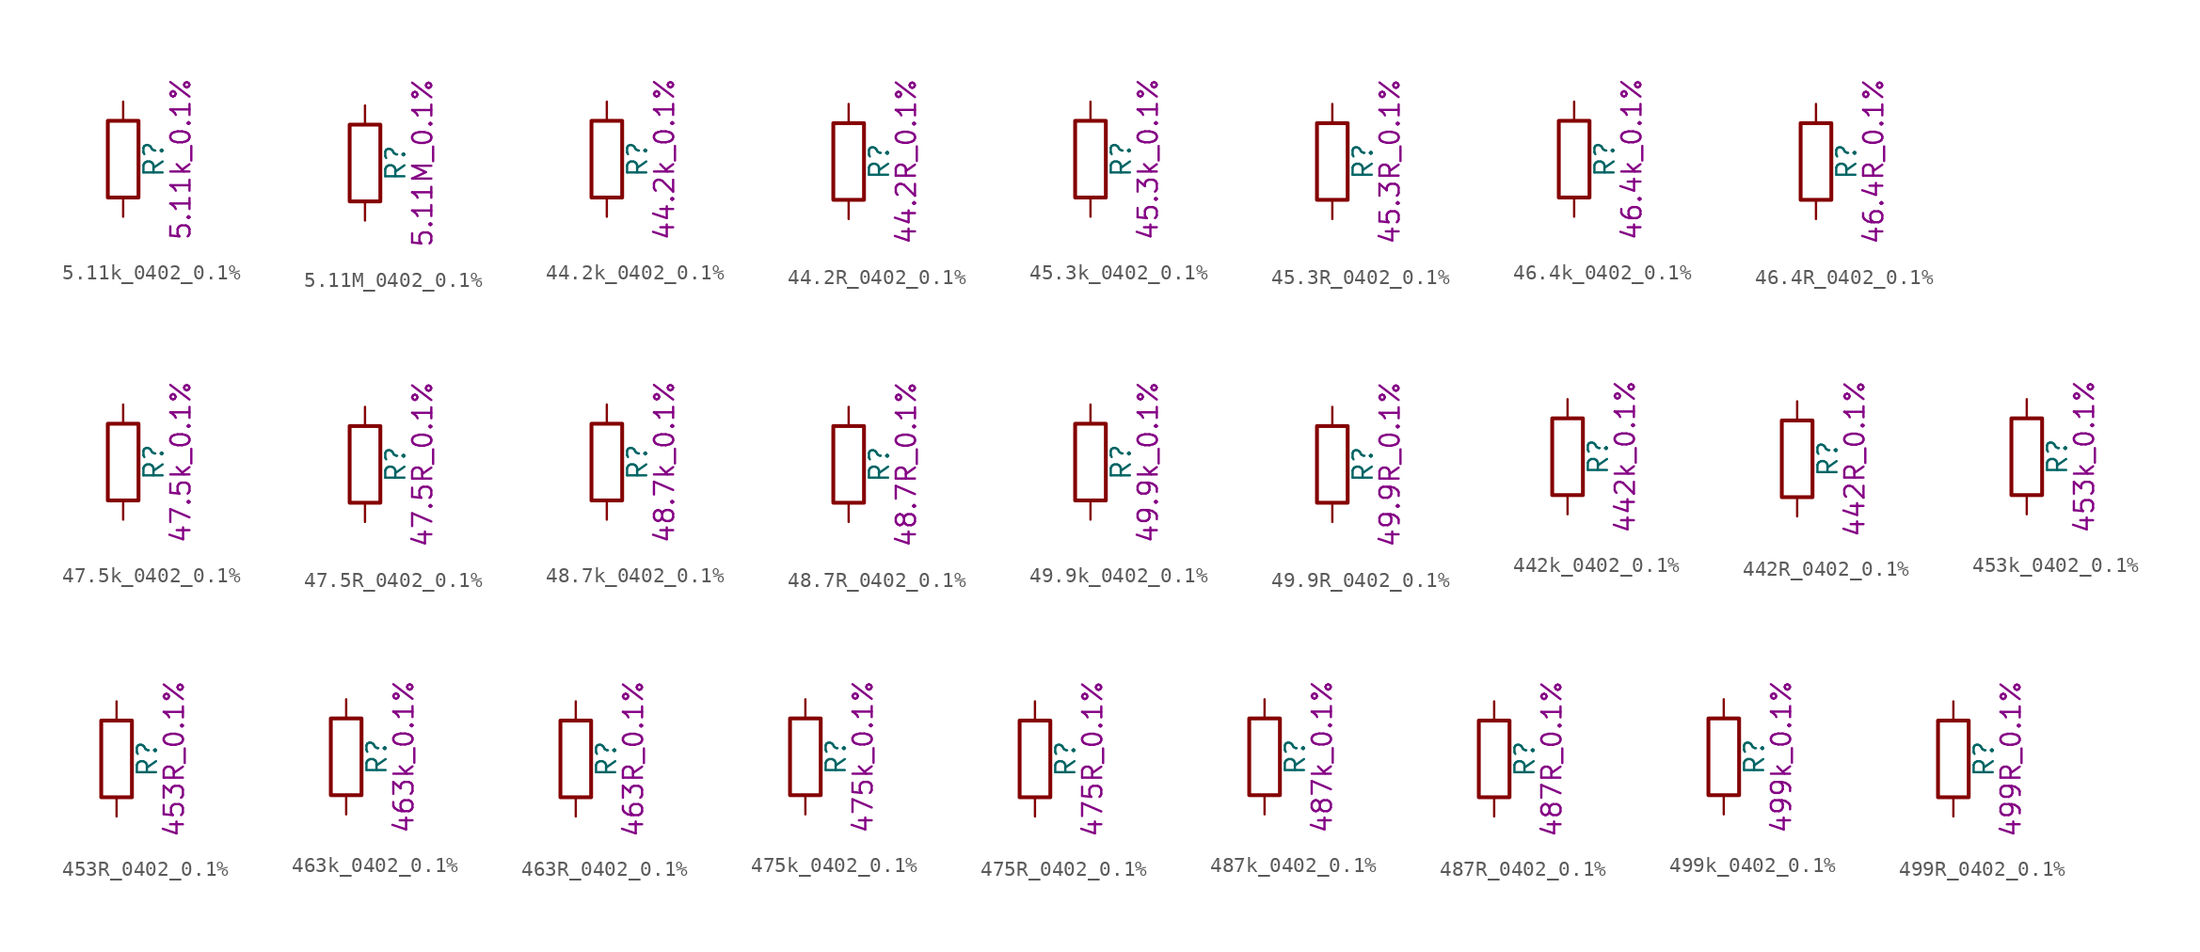
<source format=kicad_sym>
(kicad_symbol_lib
  (version 20211014)
  (generator kicad_symbol_editor)
  (symbol "5.11k_0402_0.1%"
    (pin_numbers hide)
    (pin_names
      (offset 0))
    (property "Reference" "R"
      (at 2.032 0 90)
      (effects (font (size 1.27 1.27))))
    (property "Display" "5.11k_0.1%"
      (at 3.81 0 90)
      (effects (font (size 1.27 1.27))))
    (symbol "5.11k_0402_0.1%_0_1"
      (rectangle (start -1.016 -2.54) (end 1.016 2.54) (stroke (width 0.254) (type default) (color 0 0 0 0)) (fill (type none))))
    (symbol "5.11k_0402_0.1%_1_1"
      (pin passive line (at 0 3.81 270) (length 1.27) (name "~" (effects (font (size 1.27 1.27)))) (number "1" (effects (font (size 1.27 1.27)))))
      (pin passive line (at 0 -3.81 90) (length 1.27) (name "~" (effects (font (size 1.27 1.27)))) (number "2" (effects (font (size 1.27 1.27)))))))
  (symbol "5.11M_0402_0.1%"
    (pin_numbers hide)
    (pin_names
      (offset 0))
    (property "Reference" "R"
      (at 2.032 0 90)
      (effects (font (size 1.27 1.27))))
    (property "Display" "5.11M_0.1%"
      (at 3.81 0 90)
      (effects (font (size 1.27 1.27))))
    (symbol "5.11M_0402_0.1%_0_1"
      (rectangle (start -1.016 -2.54) (end 1.016 2.54) (stroke (width 0.254) (type default) (color 0 0 0 0)) (fill (type none))))
    (symbol "5.11M_0402_0.1%_1_1"
      (pin passive line (at 0 3.81 270) (length 1.27) (name "~" (effects (font (size 1.27 1.27)))) (number "1" (effects (font (size 1.27 1.27)))))
      (pin passive line (at 0 -3.81 90) (length 1.27) (name "~" (effects (font (size 1.27 1.27)))) (number "2" (effects (font (size 1.27 1.27)))))))
  (symbol "44.2k_0402_0.1%"
    (pin_numbers hide)
    (pin_names
      (offset 0))
    (property "Reference" "R"
      (at 2.032 0 90)
      (effects (font (size 1.27 1.27))))
    (property "Display" "44.2k_0.1%"
      (at 3.81 0 90)
      (effects (font (size 1.27 1.27))))
    (symbol "44.2k_0402_0.1%_0_1"
      (rectangle (start -1.016 -2.54) (end 1.016 2.54) (stroke (width 0.254) (type default) (color 0 0 0 0)) (fill (type none))))
    (symbol "44.2k_0402_0.1%_1_1"
      (pin passive line (at 0 3.81 270) (length 1.27) (name "~" (effects (font (size 1.27 1.27)))) (number "1" (effects (font (size 1.27 1.27)))))
      (pin passive line (at 0 -3.81 90) (length 1.27) (name "~" (effects (font (size 1.27 1.27)))) (number "2" (effects (font (size 1.27 1.27)))))))
  (symbol "44.2R_0402_0.1%"
    (pin_numbers hide)
    (pin_names
      (offset 0))
    (property "Reference" "R"
      (at 2.032 0 90)
      (effects (font (size 1.27 1.27))))
    (property "Display" "44.2R_0.1%"
      (at 3.81 0 90)
      (effects (font (size 1.27 1.27))))
    (symbol "44.2R_0402_0.1%_0_1"
      (rectangle (start -1.016 -2.54) (end 1.016 2.54) (stroke (width 0.254) (type default) (color 0 0 0 0)) (fill (type none))))
    (symbol "44.2R_0402_0.1%_1_1"
      (pin passive line (at 0 3.81 270) (length 1.27) (name "~" (effects (font (size 1.27 1.27)))) (number "1" (effects (font (size 1.27 1.27)))))
      (pin passive line (at 0 -3.81 90) (length 1.27) (name "~" (effects (font (size 1.27 1.27)))) (number "2" (effects (font (size 1.27 1.27)))))))
  (symbol "45.3k_0402_0.1%"
    (pin_numbers hide)
    (pin_names
      (offset 0))
    (property "Reference" "R"
      (at 2.032 0 90)
      (effects (font (size 1.27 1.27))))
    (property "Display" "45.3k_0.1%"
      (at 3.81 0 90)
      (effects (font (size 1.27 1.27))))
    (symbol "45.3k_0402_0.1%_0_1"
      (rectangle (start -1.016 -2.54) (end 1.016 2.54) (stroke (width 0.254) (type default) (color 0 0 0 0)) (fill (type none))))
    (symbol "45.3k_0402_0.1%_1_1"
      (pin passive line (at 0 3.81 270) (length 1.27) (name "~" (effects (font (size 1.27 1.27)))) (number "1" (effects (font (size 1.27 1.27)))))
      (pin passive line (at 0 -3.81 90) (length 1.27) (name "~" (effects (font (size 1.27 1.27)))) (number "2" (effects (font (size 1.27 1.27)))))))
  (symbol "45.3R_0402_0.1%"
    (pin_numbers hide)
    (pin_names
      (offset 0))
    (property "Reference" "R"
      (at 2.032 0 90)
      (effects (font (size 1.27 1.27))))
    (property "Display" "45.3R_0.1%"
      (at 3.81 0 90)
      (effects (font (size 1.27 1.27))))
    (symbol "45.3R_0402_0.1%_0_1"
      (rectangle (start -1.016 -2.54) (end 1.016 2.54) (stroke (width 0.254) (type default) (color 0 0 0 0)) (fill (type none))))
    (symbol "45.3R_0402_0.1%_1_1"
      (pin passive line (at 0 3.81 270) (length 1.27) (name "~" (effects (font (size 1.27 1.27)))) (number "1" (effects (font (size 1.27 1.27)))))
      (pin passive line (at 0 -3.81 90) (length 1.27) (name "~" (effects (font (size 1.27 1.27)))) (number "2" (effects (font (size 1.27 1.27)))))))
  (symbol "46.4k_0402_0.1%"
    (pin_numbers hide)
    (pin_names
      (offset 0))
    (property "Reference" "R"
      (at 2.032 0 90)
      (effects (font (size 1.27 1.27))))
    (property "Display" "46.4k_0.1%"
      (at 3.81 0 90)
      (effects (font (size 1.27 1.27))))
    (symbol "46.4k_0402_0.1%_0_1"
      (rectangle (start -1.016 -2.54) (end 1.016 2.54) (stroke (width 0.254) (type default) (color 0 0 0 0)) (fill (type none))))
    (symbol "46.4k_0402_0.1%_1_1"
      (pin passive line (at 0 3.81 270) (length 1.27) (name "~" (effects (font (size 1.27 1.27)))) (number "1" (effects (font (size 1.27 1.27)))))
      (pin passive line (at 0 -3.81 90) (length 1.27) (name "~" (effects (font (size 1.27 1.27)))) (number "2" (effects (font (size 1.27 1.27)))))))
  (symbol "46.4R_0402_0.1%"
    (pin_numbers hide)
    (pin_names
      (offset 0))
    (property "Reference" "R"
      (at 2.032 0 90)
      (effects (font (size 1.27 1.27))))
    (property "Display" "46.4R_0.1%"
      (at 3.81 0 90)
      (effects (font (size 1.27 1.27))))
    (symbol "46.4R_0402_0.1%_0_1"
      (rectangle (start -1.016 -2.54) (end 1.016 2.54) (stroke (width 0.254) (type default) (color 0 0 0 0)) (fill (type none))))
    (symbol "46.4R_0402_0.1%_1_1"
      (pin passive line (at 0 3.81 270) (length 1.27) (name "~" (effects (font (size 1.27 1.27)))) (number "1" (effects (font (size 1.27 1.27)))))
      (pin passive line (at 0 -3.81 90) (length 1.27) (name "~" (effects (font (size 1.27 1.27)))) (number "2" (effects (font (size 1.27 1.27)))))))
  (symbol "47.5k_0402_0.1%"
    (pin_numbers hide)
    (pin_names
      (offset 0))
    (property "Reference" "R"
      (at 2.032 0 90)
      (effects (font (size 1.27 1.27))))
    (property "Display" "47.5k_0.1%"
      (at 3.81 0 90)
      (effects (font (size 1.27 1.27))))
    (symbol "47.5k_0402_0.1%_0_1"
      (rectangle (start -1.016 -2.54) (end 1.016 2.54) (stroke (width 0.254) (type default) (color 0 0 0 0)) (fill (type none))))
    (symbol "47.5k_0402_0.1%_1_1"
      (pin passive line (at 0 3.81 270) (length 1.27) (name "~" (effects (font (size 1.27 1.27)))) (number "1" (effects (font (size 1.27 1.27)))))
      (pin passive line (at 0 -3.81 90) (length 1.27) (name "~" (effects (font (size 1.27 1.27)))) (number "2" (effects (font (size 1.27 1.27)))))))
  (symbol "47.5R_0402_0.1%"
    (pin_numbers hide)
    (pin_names
      (offset 0))
    (property "Reference" "R"
      (at 2.032 0 90)
      (effects (font (size 1.27 1.27))))
    (property "Display" "47.5R_0.1%"
      (at 3.81 0 90)
      (effects (font (size 1.27 1.27))))
    (symbol "47.5R_0402_0.1%_0_1"
      (rectangle (start -1.016 -2.54) (end 1.016 2.54) (stroke (width 0.254) (type default) (color 0 0 0 0)) (fill (type none))))
    (symbol "47.5R_0402_0.1%_1_1"
      (pin passive line (at 0 3.81 270) (length 1.27) (name "~" (effects (font (size 1.27 1.27)))) (number "1" (effects (font (size 1.27 1.27)))))
      (pin passive line (at 0 -3.81 90) (length 1.27) (name "~" (effects (font (size 1.27 1.27)))) (number "2" (effects (font (size 1.27 1.27)))))))
  (symbol "48.7k_0402_0.1%"
    (pin_numbers hide)
    (pin_names
      (offset 0))
    (property "Reference" "R"
      (at 2.032 0 90)
      (effects (font (size 1.27 1.27))))
    (property "Display" "48.7k_0.1%"
      (at 3.81 0 90)
      (effects (font (size 1.27 1.27))))
    (symbol "48.7k_0402_0.1%_0_1"
      (rectangle (start -1.016 -2.54) (end 1.016 2.54) (stroke (width 0.254) (type default) (color 0 0 0 0)) (fill (type none))))
    (symbol "48.7k_0402_0.1%_1_1"
      (pin passive line (at 0 3.81 270) (length 1.27) (name "~" (effects (font (size 1.27 1.27)))) (number "1" (effects (font (size 1.27 1.27)))))
      (pin passive line (at 0 -3.81 90) (length 1.27) (name "~" (effects (font (size 1.27 1.27)))) (number "2" (effects (font (size 1.27 1.27)))))))
  (symbol "48.7R_0402_0.1%"
    (pin_numbers hide)
    (pin_names
      (offset 0))
    (property "Reference" "R"
      (at 2.032 0 90)
      (effects (font (size 1.27 1.27))))
    (property "Display" "48.7R_0.1%"
      (at 3.81 0 90)
      (effects (font (size 1.27 1.27))))
    (symbol "48.7R_0402_0.1%_0_1"
      (rectangle (start -1.016 -2.54) (end 1.016 2.54) (stroke (width 0.254) (type default) (color 0 0 0 0)) (fill (type none))))
    (symbol "48.7R_0402_0.1%_1_1"
      (pin passive line (at 0 3.81 270) (length 1.27) (name "~" (effects (font (size 1.27 1.27)))) (number "1" (effects (font (size 1.27 1.27)))))
      (pin passive line (at 0 -3.81 90) (length 1.27) (name "~" (effects (font (size 1.27 1.27)))) (number "2" (effects (font (size 1.27 1.27)))))))
  (symbol "49.9k_0402_0.1%"
    (pin_numbers hide)
    (pin_names
      (offset 0))
    (property "Reference" "R"
      (at 2.032 0 90)
      (effects (font (size 1.27 1.27))))
    (property "Display" "49.9k_0.1%"
      (at 3.81 0 90)
      (effects (font (size 1.27 1.27))))
    (symbol "49.9k_0402_0.1%_0_1"
      (rectangle (start -1.016 -2.54) (end 1.016 2.54) (stroke (width 0.254) (type default) (color 0 0 0 0)) (fill (type none))))
    (symbol "49.9k_0402_0.1%_1_1"
      (pin passive line (at 0 3.81 270) (length 1.27) (name "~" (effects (font (size 1.27 1.27)))) (number "1" (effects (font (size 1.27 1.27)))))
      (pin passive line (at 0 -3.81 90) (length 1.27) (name "~" (effects (font (size 1.27 1.27)))) (number "2" (effects (font (size 1.27 1.27)))))))
  (symbol "49.9R_0402_0.1%"
    (pin_numbers hide)
    (pin_names
      (offset 0))
    (property "Reference" "R"
      (at 2.032 0 90)
      (effects (font (size 1.27 1.27))))
    (property "Display" "49.9R_0.1%"
      (at 3.81 0 90)
      (effects (font (size 1.27 1.27))))
    (symbol "49.9R_0402_0.1%_0_1"
      (rectangle (start -1.016 -2.54) (end 1.016 2.54) (stroke (width 0.254) (type default) (color 0 0 0 0)) (fill (type none))))
    (symbol "49.9R_0402_0.1%_1_1"
      (pin passive line (at 0 3.81 270) (length 1.27) (name "~" (effects (font (size 1.27 1.27)))) (number "1" (effects (font (size 1.27 1.27)))))
      (pin passive line (at 0 -3.81 90) (length 1.27) (name "~" (effects (font (size 1.27 1.27)))) (number "2" (effects (font (size 1.27 1.27)))))))
  (symbol "442k_0402_0.1%"
    (pin_numbers hide)
    (pin_names
      (offset 0))
    (property "Reference" "R"
      (at 2.032 0 90)
      (effects (font (size 1.27 1.27))))
    (property "Display" "442k_0.1%"
      (at 3.81 0 90)
      (effects (font (size 1.27 1.27))))
    (symbol "442k_0402_0.1%_0_1"
      (rectangle (start -1.016 -2.54) (end 1.016 2.54) (stroke (width 0.254) (type default) (color 0 0 0 0)) (fill (type none))))
    (symbol "442k_0402_0.1%_1_1"
      (pin passive line (at 0 3.81 270) (length 1.27) (name "~" (effects (font (size 1.27 1.27)))) (number "1" (effects (font (size 1.27 1.27)))))
      (pin passive line (at 0 -3.81 90) (length 1.27) (name "~" (effects (font (size 1.27 1.27)))) (number "2" (effects (font (size 1.27 1.27)))))))
  (symbol "442R_0402_0.1%"
    (pin_numbers hide)
    (pin_names
      (offset 0))
    (property "Reference" "R"
      (at 2.032 0 90)
      (effects (font (size 1.27 1.27))))
    (property "Display" "442R_0.1%"
      (at 3.81 0 90)
      (effects (font (size 1.27 1.27))))
    (symbol "442R_0402_0.1%_0_1"
      (rectangle (start -1.016 -2.54) (end 1.016 2.54) (stroke (width 0.254) (type default) (color 0 0 0 0)) (fill (type none))))
    (symbol "442R_0402_0.1%_1_1"
      (pin passive line (at 0 3.81 270) (length 1.27) (name "~" (effects (font (size 1.27 1.27)))) (number "1" (effects (font (size 1.27 1.27)))))
      (pin passive line (at 0 -3.81 90) (length 1.27) (name "~" (effects (font (size 1.27 1.27)))) (number "2" (effects (font (size 1.27 1.27)))))))
  (symbol "453k_0402_0.1%"
    (pin_numbers hide)
    (pin_names
      (offset 0))
    (property "Reference" "R"
      (at 2.032 0 90)
      (effects (font (size 1.27 1.27))))
    (property "Display" "453k_0.1%"
      (at 3.81 0 90)
      (effects (font (size 1.27 1.27))))
    (symbol "453k_0402_0.1%_0_1"
      (rectangle (start -1.016 -2.54) (end 1.016 2.54) (stroke (width 0.254) (type default) (color 0 0 0 0)) (fill (type none))))
    (symbol "453k_0402_0.1%_1_1"
      (pin passive line (at 0 3.81 270) (length 1.27) (name "~" (effects (font (size 1.27 1.27)))) (number "1" (effects (font (size 1.27 1.27)))))
      (pin passive line (at 0 -3.81 90) (length 1.27) (name "~" (effects (font (size 1.27 1.27)))) (number "2" (effects (font (size 1.27 1.27)))))))
  (symbol "453R_0402_0.1%"
    (pin_numbers hide)
    (pin_names
      (offset 0))
    (property "Reference" "R"
      (at 2.032 0 90)
      (effects (font (size 1.27 1.27))))
    (property "Display" "453R_0.1%"
      (at 3.81 0 90)
      (effects (font (size 1.27 1.27))))
    (symbol "453R_0402_0.1%_0_1"
      (rectangle (start -1.016 -2.54) (end 1.016 2.54) (stroke (width 0.254) (type default) (color 0 0 0 0)) (fill (type none))))
    (symbol "453R_0402_0.1%_1_1"
      (pin passive line (at 0 3.81 270) (length 1.27) (name "~" (effects (font (size 1.27 1.27)))) (number "1" (effects (font (size 1.27 1.27)))))
      (pin passive line (at 0 -3.81 90) (length 1.27) (name "~" (effects (font (size 1.27 1.27)))) (number "2" (effects (font (size 1.27 1.27)))))))
  (symbol "463k_0402_0.1%"
    (pin_numbers hide)
    (pin_names
      (offset 0))
    (property "Reference" "R"
      (at 2.032 0 90)
      (effects (font (size 1.27 1.27))))
    (property "Display" "463k_0.1%"
      (at 3.81 0 90)
      (effects (font (size 1.27 1.27))))
    (symbol "463k_0402_0.1%_0_1"
      (rectangle (start -1.016 -2.54) (end 1.016 2.54) (stroke (width 0.254) (type default) (color 0 0 0 0)) (fill (type none))))
    (symbol "463k_0402_0.1%_1_1"
      (pin passive line (at 0 3.81 270) (length 1.27) (name "~" (effects (font (size 1.27 1.27)))) (number "1" (effects (font (size 1.27 1.27)))))
      (pin passive line (at 0 -3.81 90) (length 1.27) (name "~" (effects (font (size 1.27 1.27)))) (number "2" (effects (font (size 1.27 1.27)))))))
  (symbol "463R_0402_0.1%"
    (pin_numbers hide)
    (pin_names
      (offset 0))
    (property "Reference" "R"
      (at 2.032 0 90)
      (effects (font (size 1.27 1.27))))
    (property "Display" "463R_0.1%"
      (at 3.81 0 90)
      (effects (font (size 1.27 1.27))))
    (symbol "463R_0402_0.1%_0_1"
      (rectangle (start -1.016 -2.54) (end 1.016 2.54) (stroke (width 0.254) (type default) (color 0 0 0 0)) (fill (type none))))
    (symbol "463R_0402_0.1%_1_1"
      (pin passive line (at 0 3.81 270) (length 1.27) (name "~" (effects (font (size 1.27 1.27)))) (number "1" (effects (font (size 1.27 1.27)))))
      (pin passive line (at 0 -3.81 90) (length 1.27) (name "~" (effects (font (size 1.27 1.27)))) (number "2" (effects (font (size 1.27 1.27)))))))
  (symbol "475k_0402_0.1%"
    (pin_numbers hide)
    (pin_names
      (offset 0))
    (property "Reference" "R"
      (at 2.032 0 90)
      (effects (font (size 1.27 1.27))))
    (property "Display" "475k_0.1%"
      (at 3.81 0 90)
      (effects (font (size 1.27 1.27))))
    (symbol "475k_0402_0.1%_0_1"
      (rectangle (start -1.016 -2.54) (end 1.016 2.54) (stroke (width 0.254) (type default) (color 0 0 0 0)) (fill (type none))))
    (symbol "475k_0402_0.1%_1_1"
      (pin passive line (at 0 3.81 270) (length 1.27) (name "~" (effects (font (size 1.27 1.27)))) (number "1" (effects (font (size 1.27 1.27)))))
      (pin passive line (at 0 -3.81 90) (length 1.27) (name "~" (effects (font (size 1.27 1.27)))) (number "2" (effects (font (size 1.27 1.27)))))))
  (symbol "475R_0402_0.1%"
    (pin_numbers hide)
    (pin_names
      (offset 0))
    (property "Reference" "R"
      (at 2.032 0 90)
      (effects (font (size 1.27 1.27))))
    (property "Display" "475R_0.1%"
      (at 3.81 0 90)
      (effects (font (size 1.27 1.27))))
    (symbol "475R_0402_0.1%_0_1"
      (rectangle (start -1.016 -2.54) (end 1.016 2.54) (stroke (width 0.254) (type default) (color 0 0 0 0)) (fill (type none))))
    (symbol "475R_0402_0.1%_1_1"
      (pin passive line (at 0 3.81 270) (length 1.27) (name "~" (effects (font (size 1.27 1.27)))) (number "1" (effects (font (size 1.27 1.27)))))
      (pin passive line (at 0 -3.81 90) (length 1.27) (name "~" (effects (font (size 1.27 1.27)))) (number "2" (effects (font (size 1.27 1.27)))))))
  (symbol "487k_0402_0.1%"
    (pin_numbers hide)
    (pin_names
      (offset 0))
    (property "Reference" "R"
      (at 2.032 0 90)
      (effects (font (size 1.27 1.27))))
    (property "Display" "487k_0.1%"
      (at 3.81 0 90)
      (effects (font (size 1.27 1.27))))
    (symbol "487k_0402_0.1%_0_1"
      (rectangle (start -1.016 -2.54) (end 1.016 2.54) (stroke (width 0.254) (type default) (color 0 0 0 0)) (fill (type none))))
    (symbol "487k_0402_0.1%_1_1"
      (pin passive line (at 0 3.81 270) (length 1.27) (name "~" (effects (font (size 1.27 1.27)))) (number "1" (effects (font (size 1.27 1.27)))))
      (pin passive line (at 0 -3.81 90) (length 1.27) (name "~" (effects (font (size 1.27 1.27)))) (number "2" (effects (font (size 1.27 1.27)))))))
  (symbol "487R_0402_0.1%"
    (pin_numbers hide)
    (pin_names
      (offset 0))
    (property "Reference" "R"
      (at 2.032 0 90)
      (effects (font (size 1.27 1.27))))
    (property "Display" "487R_0.1%"
      (at 3.81 0 90)
      (effects (font (size 1.27 1.27))))
    (symbol "487R_0402_0.1%_0_1"
      (rectangle (start -1.016 -2.54) (end 1.016 2.54) (stroke (width 0.254) (type default) (color 0 0 0 0)) (fill (type none))))
    (symbol "487R_0402_0.1%_1_1"
      (pin passive line (at 0 3.81 270) (length 1.27) (name "~" (effects (font (size 1.27 1.27)))) (number "1" (effects (font (size 1.27 1.27)))))
      (pin passive line (at 0 -3.81 90) (length 1.27) (name "~" (effects (font (size 1.27 1.27)))) (number "2" (effects (font (size 1.27 1.27)))))))
  (symbol "499k_0402_0.1%"
    (pin_numbers hide)
    (pin_names
      (offset 0))
    (property "Reference" "R"
      (at 2.032 0 90)
      (effects (font (size 1.27 1.27))))
    (property "Display" "499k_0.1%"
      (at 3.81 0 90)
      (effects (font (size 1.27 1.27))))
    (symbol "499k_0402_0.1%_0_1"
      (rectangle (start -1.016 -2.54) (end 1.016 2.54) (stroke (width 0.254) (type default) (color 0 0 0 0)) (fill (type none))))
    (symbol "499k_0402_0.1%_1_1"
      (pin passive line (at 0 3.81 270) (length 1.27) (name "~" (effects (font (size 1.27 1.27)))) (number "1" (effects (font (size 1.27 1.27)))))
      (pin passive line (at 0 -3.81 90) (length 1.27) (name "~" (effects (font (size 1.27 1.27)))) (number "2" (effects (font (size 1.27 1.27)))))))
  (symbol "499R_0402_0.1%"
    (pin_numbers hide)
    (pin_names
      (offset 0))
    (property "Reference" "R"
      (at 2.032 0 90)
      (effects (font (size 1.27 1.27))))
    (property "Display" "499R_0.1%"
      (at 3.81 0 90)
      (effects (font (size 1.27 1.27))))
    (symbol "499R_0402_0.1%_0_1"
      (rectangle (start -1.016 -2.54) (end 1.016 2.54) (stroke (width 0.254) (type default) (color 0 0 0 0)) (fill (type none))))
    (symbol "499R_0402_0.1%_1_1"
      (pin passive line (at 0 3.81 270) (length 1.27) (name "~" (effects (font (size 1.27 1.27)))) (number "1" (effects (font (size 1.27 1.27)))))
      (pin passive line (at 0 -3.81 90) (length 1.27) (name "~" (effects (font (size 1.27 1.27)))) (number "2" (effects (font (size 1.27 1.27))))))))
</source>
